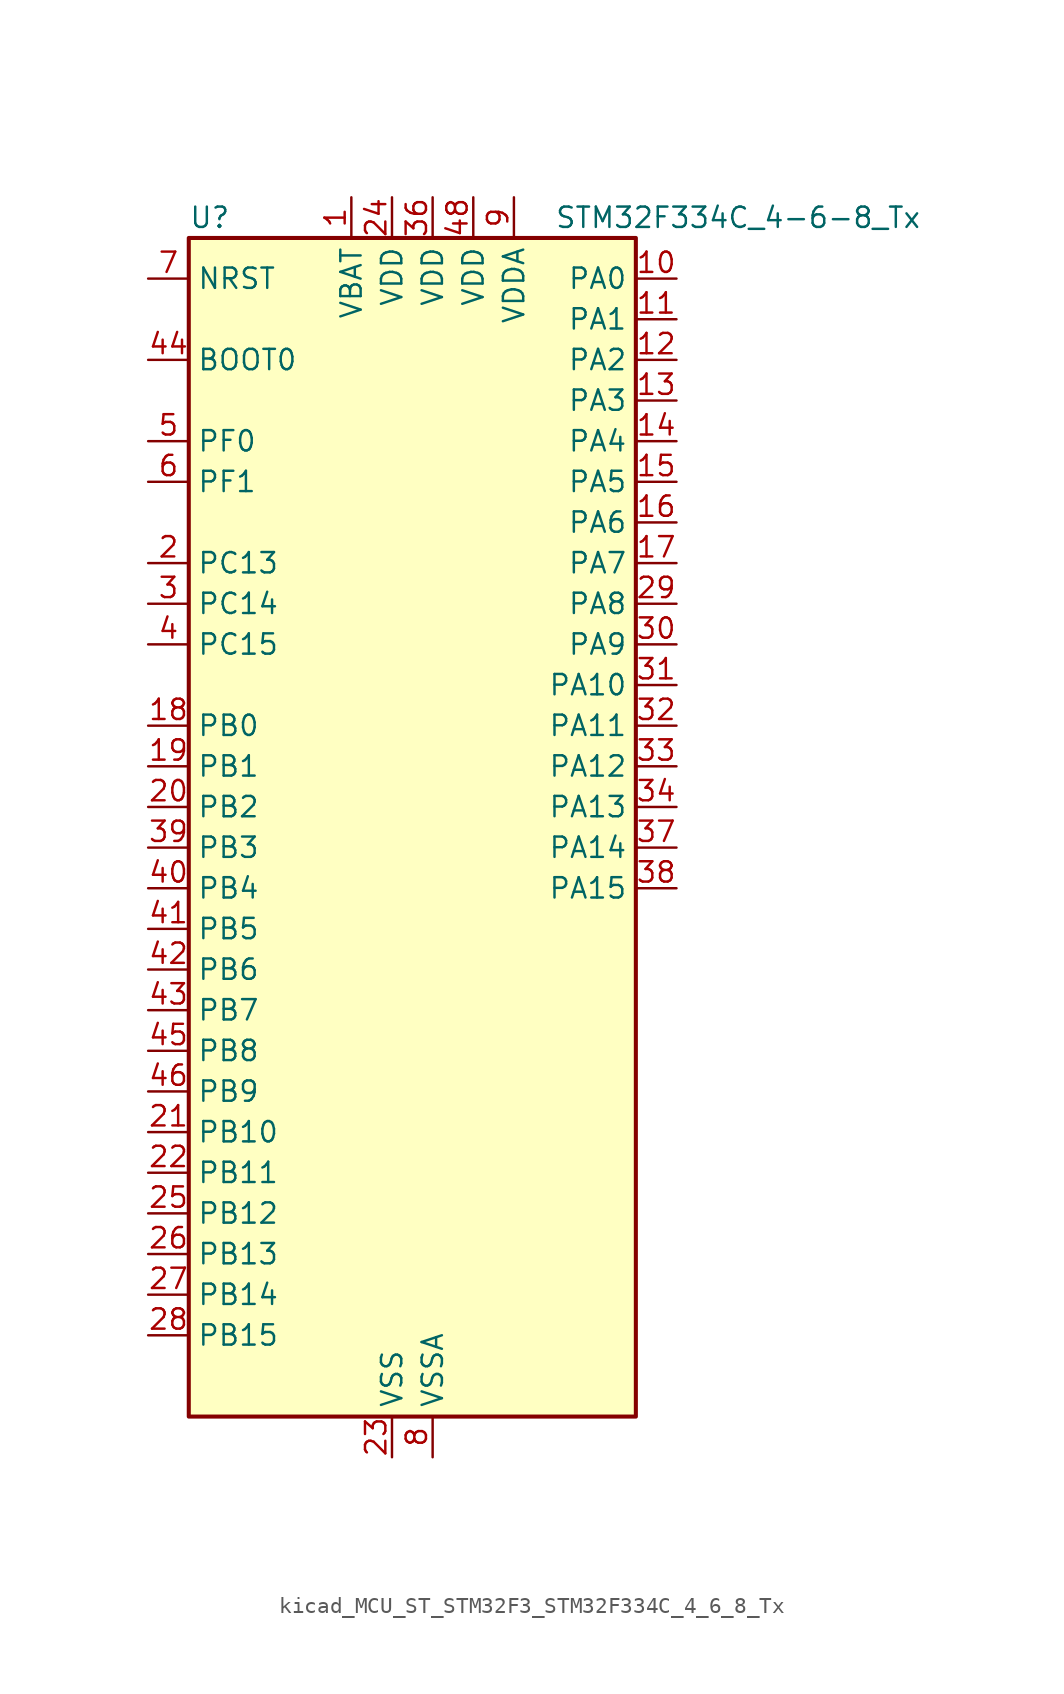
<source format=kicad_sym>
(kicad_symbol_lib
  (version 20220914)
  (generator kicad_symbol_editor)
  (symbol "kicad_MCU_ST_STM32F3_STM32F334C_4_6_8_Tx"
    (property "Reference" "U"
      (at -12.7 39.37 0)
      (effects (font (size 1.27 1.27)) (justify left)))
    (property "Value" "STM32F334C_4-6-8_Tx"
      (at 10.16 39.37 0)
      (effects (font (size 1.27 1.27)) (justify left)))
    (property "ki_locked" ""
      (at 0 0 0)
      (effects (font (size 1.27 1.27))))
    (symbol "kicad_MCU_ST_STM32F3_STM32F334C_4_6_8_Tx_0_1"
      (rectangle (start -12.7 -35.56) (end 15.24 38.1) (stroke (width 0.254) (type default)) (fill (type background))))
    (symbol "kicad_MCU_ST_STM32F3_STM32F334C_4_6_8_Tx_1_1"
      (pin power_in line (at -2.54 40.64 270) (length 2.54) (name "VBAT" (effects (font (size 1.27 1.27)))) (number "1" (effects (font (size 1.27 1.27)))))
      (pin bidirectional line (at 17.78 35.56 180) (length 2.54) (name "PA0" (effects (font (size 1.27 1.27)))) (number "10" (effects (font (size 1.27 1.27)))) (alternate "ADC1_IN1" bidirectional line) (alternate "RTC_TAMP2" bidirectional line) (alternate "SYS_WKUP1" bidirectional line) (alternate "TIM2_CH1" bidirectional line) (alternate "TIM2_ETR" bidirectional line) (alternate "TSC_G1_IO1" bidirectional line) (alternate "USART2_CTS" bidirectional line))
      (pin bidirectional line (at 17.78 33.02 180) (length 2.54) (name "PA1" (effects (font (size 1.27 1.27)))) (number "11" (effects (font (size 1.27 1.27)))) (alternate "ADC1_IN2" bidirectional line) (alternate "RTC_REFIN" bidirectional line) (alternate "TIM15_CH1N" bidirectional line) (alternate "TIM2_CH2" bidirectional line) (alternate "TSC_G1_IO2" bidirectional line) (alternate "USART2_DE" bidirectional line) (alternate "USART2_RTS" bidirectional line))
      (pin bidirectional line (at 17.78 30.48 180) (length 2.54) (name "PA2" (effects (font (size 1.27 1.27)))) (number "12" (effects (font (size 1.27 1.27)))) (alternate "ADC1_IN3" bidirectional line) (alternate "COMP2_INM" bidirectional line) (alternate "COMP2_OUT" bidirectional line) (alternate "TIM15_CH1" bidirectional line) (alternate "TIM2_CH3" bidirectional line) (alternate "TSC_G1_IO3" bidirectional line) (alternate "USART2_TX" bidirectional line))
      (pin bidirectional line (at 17.78 27.94 180) (length 2.54) (name "PA3" (effects (font (size 1.27 1.27)))) (number "13" (effects (font (size 1.27 1.27)))) (alternate "ADC1_IN4" bidirectional line) (alternate "TIM15_CH2" bidirectional line) (alternate "TIM2_CH4" bidirectional line) (alternate "TSC_G1_IO4" bidirectional line) (alternate "USART2_RX" bidirectional line))
      (pin bidirectional line (at 17.78 25.4 180) (length 2.54) (name "PA4" (effects (font (size 1.27 1.27)))) (number "14" (effects (font (size 1.27 1.27)))) (alternate "ADC2_IN1" bidirectional line) (alternate "COMP2_INM" bidirectional line) (alternate "COMP4_INM" bidirectional line) (alternate "COMP6_INM" bidirectional line) (alternate "DAC1_OUT1" bidirectional line) (alternate "SPI1_NSS" bidirectional line) (alternate "TIM3_CH2" bidirectional line) (alternate "TSC_G2_IO1" bidirectional line) (alternate "USART2_CK" bidirectional line))
      (pin bidirectional line (at 17.78 22.86 180) (length 2.54) (name "PA5" (effects (font (size 1.27 1.27)))) (number "15" (effects (font (size 1.27 1.27)))) (alternate "ADC2_IN2" bidirectional line) (alternate "DAC1_OUT2" bidirectional line) (alternate "OPAMP2_VINM" bidirectional line) (alternate "OPAMP2_VINM_SEC" bidirectional line) (alternate "SPI1_SCK" bidirectional line) (alternate "TIM2_CH1" bidirectional line) (alternate "TIM2_ETR" bidirectional line) (alternate "TSC_G2_IO2" bidirectional line))
      (pin bidirectional line (at 17.78 20.32 180) (length 2.54) (name "PA6" (effects (font (size 1.27 1.27)))) (number "16" (effects (font (size 1.27 1.27)))) (alternate "ADC2_IN3" bidirectional line) (alternate "DAC2_OUT1" bidirectional line) (alternate "OPAMP2_DIG" bidirectional line) (alternate "OPAMP2_VOUT" bidirectional line) (alternate "SPI1_MISO" bidirectional line) (alternate "TIM16_CH1" bidirectional line) (alternate "TIM1_BKIN" bidirectional line) (alternate "TIM3_CH1" bidirectional line) (alternate "TSC_G2_IO3" bidirectional line))
      (pin bidirectional line (at 17.78 17.78 180) (length 2.54) (name "PA7" (effects (font (size 1.27 1.27)))) (number "17" (effects (font (size 1.27 1.27)))) (alternate "ADC2_IN4" bidirectional line) (alternate "COMP2_INP" bidirectional line) (alternate "OPAMP2_VINP" bidirectional line) (alternate "OPAMP2_VINP_SEC" bidirectional line) (alternate "SPI1_MOSI" bidirectional line) (alternate "TIM17_CH1" bidirectional line) (alternate "TIM1_CH1N" bidirectional line) (alternate "TIM3_CH2" bidirectional line) (alternate "TSC_G2_IO4" bidirectional line))
      (pin bidirectional line (at -15.24 7.62 0) (length 2.54) (name "PB0" (effects (font (size 1.27 1.27)))) (number "18" (effects (font (size 1.27 1.27)))) (alternate "ADC1_IN11" bidirectional line) (alternate "COMP4_INP" bidirectional line) (alternate "OPAMP2_VINP" bidirectional line) (alternate "OPAMP2_VINP_SEC" bidirectional line) (alternate "TIM1_CH2N" bidirectional line) (alternate "TIM3_CH3" bidirectional line) (alternate "TSC_G3_IO2" bidirectional line))
      (pin bidirectional line (at -15.24 5.08 0) (length 2.54) (name "PB1" (effects (font (size 1.27 1.27)))) (number "19" (effects (font (size 1.27 1.27)))) (alternate "ADC1_IN12" bidirectional line) (alternate "COMP4_OUT" bidirectional line) (alternate "HRTIM1_SCOUT" bidirectional line) (alternate "TIM1_CH3N" bidirectional line) (alternate "TIM3_CH4" bidirectional line) (alternate "TSC_G3_IO3" bidirectional line))
      (pin bidirectional line (at -15.24 17.78 0) (length 2.54) (name "PC13" (effects (font (size 1.27 1.27)))) (number "2" (effects (font (size 1.27 1.27)))) (alternate "RTC_OUT_ALARM" bidirectional line) (alternate "RTC_OUT_CALIB" bidirectional line) (alternate "RTC_TAMP1" bidirectional line) (alternate "RTC_TS" bidirectional line) (alternate "SYS_WKUP2" bidirectional line) (alternate "TIM1_CH1N" bidirectional line))
      (pin bidirectional line (at -15.24 2.54 0) (length 2.54) (name "PB2" (effects (font (size 1.27 1.27)))) (number "20" (effects (font (size 1.27 1.27)))) (alternate "ADC2_IN12" bidirectional line) (alternate "COMP4_INM" bidirectional line) (alternate "HRTIM1_SCIN" bidirectional line) (alternate "TSC_G3_IO4" bidirectional line))
      (pin bidirectional line (at -15.24 -17.78 0) (length 2.54) (name "PB10" (effects (font (size 1.27 1.27)))) (number "21" (effects (font (size 1.27 1.27)))) (alternate "HRTIM1_FLT3" bidirectional line) (alternate "TIM2_CH3" bidirectional line) (alternate "TSC_SYNC" bidirectional line) (alternate "USART3_TX" bidirectional line))
      (pin bidirectional line (at -15.24 -20.32 0) (length 2.54) (name "PB11" (effects (font (size 1.27 1.27)))) (number "22" (effects (font (size 1.27 1.27)))) (alternate "ADC1_EXTI11" bidirectional line) (alternate "ADC2_EXTI11" bidirectional line) (alternate "COMP6_INP" bidirectional line) (alternate "HRTIM1_FLT4" bidirectional line) (alternate "TIM2_CH4" bidirectional line) (alternate "TSC_G6_IO1" bidirectional line) (alternate "USART3_RX" bidirectional line))
      (pin power_in line (at 0 -38.1 90) (length 2.54) (name "VSS" (effects (font (size 1.27 1.27)))) (number "23" (effects (font (size 1.27 1.27)))))
      (pin power_in line (at 0 40.64 270) (length 2.54) (name "VDD" (effects (font (size 1.27 1.27)))) (number "24" (effects (font (size 1.27 1.27)))))
      (pin bidirectional line (at -15.24 -22.86 0) (length 2.54) (name "PB12" (effects (font (size 1.27 1.27)))) (number "25" (effects (font (size 1.27 1.27)))) (alternate "ADC2_IN13" bidirectional line) (alternate "HRTIM1_CHC1" bidirectional line) (alternate "TIM1_BKIN" bidirectional line) (alternate "TSC_G6_IO2" bidirectional line) (alternate "USART3_CK" bidirectional line))
      (pin bidirectional line (at -15.24 -25.4 0) (length 2.54) (name "PB13" (effects (font (size 1.27 1.27)))) (number "26" (effects (font (size 1.27 1.27)))) (alternate "ADC1_IN13" bidirectional line) (alternate "HRTIM1_CHC2" bidirectional line) (alternate "TIM1_CH1N" bidirectional line) (alternate "TSC_G6_IO3" bidirectional line) (alternate "USART3_CTS" bidirectional line))
      (pin bidirectional line (at -15.24 -27.94 0) (length 2.54) (name "PB14" (effects (font (size 1.27 1.27)))) (number "27" (effects (font (size 1.27 1.27)))) (alternate "ADC2_IN14" bidirectional line) (alternate "HRTIM1_CHD1" bidirectional line) (alternate "OPAMP2_VINP" bidirectional line) (alternate "OPAMP2_VINP_SEC" bidirectional line) (alternate "TIM15_CH1" bidirectional line) (alternate "TIM1_CH2N" bidirectional line) (alternate "TSC_G6_IO4" bidirectional line) (alternate "USART3_DE" bidirectional line) (alternate "USART3_RTS" bidirectional line))
      (pin bidirectional line (at -15.24 -30.48 0) (length 2.54) (name "PB15" (effects (font (size 1.27 1.27)))) (number "28" (effects (font (size 1.27 1.27)))) (alternate "ADC1_EXTI15" bidirectional line) (alternate "ADC2_EXTI15" bidirectional line) (alternate "ADC2_IN15" bidirectional line) (alternate "COMP6_INM" bidirectional line) (alternate "HRTIM1_CHD2" bidirectional line) (alternate "RTC_REFIN" bidirectional line) (alternate "TIM15_CH1N" bidirectional line) (alternate "TIM15_CH2" bidirectional line) (alternate "TIM1_CH3N" bidirectional line))
      (pin bidirectional line (at 17.78 15.24 180) (length 2.54) (name "PA8" (effects (font (size 1.27 1.27)))) (number "29" (effects (font (size 1.27 1.27)))) (alternate "HRTIM1_CHA1" bidirectional line) (alternate "RCC_MCO" bidirectional line) (alternate "TIM1_CH1" bidirectional line) (alternate "USART1_CK" bidirectional line))
      (pin bidirectional line (at -15.24 15.24 0) (length 2.54) (name "PC14" (effects (font (size 1.27 1.27)))) (number "3" (effects (font (size 1.27 1.27)))) (alternate "RCC_OSC32_IN" bidirectional line))
      (pin bidirectional line (at 17.78 12.7 180) (length 2.54) (name "PA9" (effects (font (size 1.27 1.27)))) (number "30" (effects (font (size 1.27 1.27)))) (alternate "DAC1_EXTI9" bidirectional line) (alternate "DAC2_EXTI9" bidirectional line) (alternate "HRTIM1_CHA2" bidirectional line) (alternate "TIM15_BKIN" bidirectional line) (alternate "TIM1_CH2" bidirectional line) (alternate "TIM2_CH3" bidirectional line) (alternate "TSC_G4_IO1" bidirectional line) (alternate "USART1_TX" bidirectional line))
      (pin bidirectional line (at 17.78 10.16 180) (length 2.54) (name "PA10" (effects (font (size 1.27 1.27)))) (number "31" (effects (font (size 1.27 1.27)))) (alternate "COMP6_OUT" bidirectional line) (alternate "HRTIM1_CHB1" bidirectional line) (alternate "TIM17_BKIN" bidirectional line) (alternate "TIM1_CH3" bidirectional line) (alternate "TIM2_CH4" bidirectional line) (alternate "TSC_G4_IO2" bidirectional line) (alternate "USART1_RX" bidirectional line))
      (pin bidirectional line (at 17.78 7.62 180) (length 2.54) (name "PA11" (effects (font (size 1.27 1.27)))) (number "32" (effects (font (size 1.27 1.27)))) (alternate "ADC1_EXTI11" bidirectional line) (alternate "ADC2_EXTI11" bidirectional line) (alternate "CAN_RX" bidirectional line) (alternate "HRTIM1_CHB2" bidirectional line) (alternate "TIM1_BKIN2" bidirectional line) (alternate "TIM1_CH1N" bidirectional line) (alternate "TIM1_CH4" bidirectional line) (alternate "USART1_CTS" bidirectional line))
      (pin bidirectional line (at 17.78 5.08 180) (length 2.54) (name "PA12" (effects (font (size 1.27 1.27)))) (number "33" (effects (font (size 1.27 1.27)))) (alternate "CAN_TX" bidirectional line) (alternate "COMP2_OUT" bidirectional line) (alternate "HRTIM1_FLT1" bidirectional line) (alternate "TIM16_CH1" bidirectional line) (alternate "TIM1_CH2N" bidirectional line) (alternate "TIM1_ETR" bidirectional line) (alternate "USART1_DE" bidirectional line) (alternate "USART1_RTS" bidirectional line))
      (pin bidirectional line (at 17.78 2.54 180) (length 2.54) (name "PA13" (effects (font (size 1.27 1.27)))) (number "34" (effects (font (size 1.27 1.27)))) (alternate "IR_OUT" bidirectional line) (alternate "SYS_JTMS-SWDIO" bidirectional line) (alternate "TIM16_CH1N" bidirectional line) (alternate "TSC_G4_IO3" bidirectional line) (alternate "USART3_CTS" bidirectional line))
      (pin passive line (at 0 -38.1 90) (length 2.54) hide (name "VSS" (effects (font (size 1.27 1.27)))) (number "35" (effects (font (size 1.27 1.27)))))
      (pin power_in line (at 2.54 40.64 270) (length 2.54) (name "VDD" (effects (font (size 1.27 1.27)))) (number "36" (effects (font (size 1.27 1.27)))))
      (pin bidirectional line (at 17.78 0 180) (length 2.54) (name "PA14" (effects (font (size 1.27 1.27)))) (number "37" (effects (font (size 1.27 1.27)))) (alternate "I2C1_SDA" bidirectional line) (alternate "SYS_JTCK-SWCLK" bidirectional line) (alternate "TIM1_BKIN" bidirectional line) (alternate "TSC_G4_IO4" bidirectional line) (alternate "USART2_TX" bidirectional line))
      (pin bidirectional line (at 17.78 -2.54 180) (length 2.54) (name "PA15" (effects (font (size 1.27 1.27)))) (number "38" (effects (font (size 1.27 1.27)))) (alternate "ADC1_EXTI15" bidirectional line) (alternate "ADC2_EXTI15" bidirectional line) (alternate "HRTIM1_FLT2" bidirectional line) (alternate "I2C1_SCL" bidirectional line) (alternate "SPI1_NSS" bidirectional line) (alternate "SYS_JTDI" bidirectional line) (alternate "TIM1_BKIN" bidirectional line) (alternate "TIM2_CH1" bidirectional line) (alternate "TIM2_ETR" bidirectional line) (alternate "TSC_SYNC" bidirectional line) (alternate "USART2_RX" bidirectional line))
      (pin bidirectional line (at -15.24 0 0) (length 2.54) (name "PB3" (effects (font (size 1.27 1.27)))) (number "39" (effects (font (size 1.27 1.27)))) (alternate "HRTIM1_EEV9" bidirectional line) (alternate "HRTIM1_SCOUT" bidirectional line) (alternate "SPI1_SCK" bidirectional line) (alternate "SYS_JTDO-TRACESWO" bidirectional line) (alternate "TIM2_CH2" bidirectional line) (alternate "TIM3_ETR" bidirectional line) (alternate "TSC_G5_IO1" bidirectional line) (alternate "USART2_TX" bidirectional line))
      (pin bidirectional line (at -15.24 12.7 0) (length 2.54) (name "PC15" (effects (font (size 1.27 1.27)))) (number "4" (effects (font (size 1.27 1.27)))) (alternate "ADC1_EXTI15" bidirectional line) (alternate "ADC2_EXTI15" bidirectional line) (alternate "RCC_OSC32_OUT" bidirectional line))
      (pin bidirectional line (at -15.24 -2.54 0) (length 2.54) (name "PB4" (effects (font (size 1.27 1.27)))) (number "40" (effects (font (size 1.27 1.27)))) (alternate "HRTIM1_EEV7" bidirectional line) (alternate "SPI1_MISO" bidirectional line) (alternate "SYS_NJTRST" bidirectional line) (alternate "TIM16_CH1" bidirectional line) (alternate "TIM17_BKIN" bidirectional line) (alternate "TIM3_CH1" bidirectional line) (alternate "TSC_G5_IO2" bidirectional line) (alternate "USART2_RX" bidirectional line))
      (pin bidirectional line (at -15.24 -5.08 0) (length 2.54) (name "PB5" (effects (font (size 1.27 1.27)))) (number "41" (effects (font (size 1.27 1.27)))) (alternate "HRTIM1_EEV6" bidirectional line) (alternate "I2C1_SMBA" bidirectional line) (alternate "SPI1_MOSI" bidirectional line) (alternate "TIM16_BKIN" bidirectional line) (alternate "TIM17_CH1" bidirectional line) (alternate "TIM3_CH2" bidirectional line) (alternate "USART2_CK" bidirectional line))
      (pin bidirectional line (at -15.24 -7.62 0) (length 2.54) (name "PB6" (effects (font (size 1.27 1.27)))) (number "42" (effects (font (size 1.27 1.27)))) (alternate "HRTIM1_EEV4" bidirectional line) (alternate "HRTIM1_SCIN" bidirectional line) (alternate "I2C1_SCL" bidirectional line) (alternate "TIM16_CH1N" bidirectional line) (alternate "TSC_G5_IO3" bidirectional line) (alternate "USART1_TX" bidirectional line))
      (pin bidirectional line (at -15.24 -10.16 0) (length 2.54) (name "PB7" (effects (font (size 1.27 1.27)))) (number "43" (effects (font (size 1.27 1.27)))) (alternate "HRTIM1_EEV3" bidirectional line) (alternate "I2C1_SDA" bidirectional line) (alternate "TIM17_CH1N" bidirectional line) (alternate "TIM3_CH4" bidirectional line) (alternate "TSC_G5_IO4" bidirectional line) (alternate "USART1_RX" bidirectional line))
      (pin input line (at -15.24 30.48 0) (length 2.54) (name "BOOT0" (effects (font (size 1.27 1.27)))) (number "44" (effects (font (size 1.27 1.27)))))
      (pin bidirectional line (at -15.24 -12.7 0) (length 2.54) (name "PB8" (effects (font (size 1.27 1.27)))) (number "45" (effects (font (size 1.27 1.27)))) (alternate "CAN_RX" bidirectional line) (alternate "HRTIM1_EEV8" bidirectional line) (alternate "I2C1_SCL" bidirectional line) (alternate "TIM16_CH1" bidirectional line) (alternate "TIM1_BKIN" bidirectional line) (alternate "TSC_SYNC" bidirectional line) (alternate "USART3_RX" bidirectional line))
      (pin bidirectional line (at -15.24 -15.24 0) (length 2.54) (name "PB9" (effects (font (size 1.27 1.27)))) (number "46" (effects (font (size 1.27 1.27)))) (alternate "CAN_TX" bidirectional line) (alternate "COMP2_OUT" bidirectional line) (alternate "DAC1_EXTI9" bidirectional line) (alternate "DAC2_EXTI9" bidirectional line) (alternate "HRTIM1_EEV5" bidirectional line) (alternate "I2C1_SDA" bidirectional line) (alternate "IR_OUT" bidirectional line) (alternate "TIM17_CH1" bidirectional line) (alternate "USART3_TX" bidirectional line))
      (pin passive line (at 0 -38.1 90) (length 2.54) hide (name "VSS" (effects (font (size 1.27 1.27)))) (number "47" (effects (font (size 1.27 1.27)))))
      (pin power_in line (at 5.08 40.64 270) (length 2.54) (name "VDD" (effects (font (size 1.27 1.27)))) (number "48" (effects (font (size 1.27 1.27)))))
      (pin bidirectional line (at -15.24 25.4 0) (length 2.54) (name "PF0" (effects (font (size 1.27 1.27)))) (number "5" (effects (font (size 1.27 1.27)))) (alternate "RCC_OSC_IN" bidirectional line) (alternate "TIM1_CH3N" bidirectional line))
      (pin bidirectional line (at -15.24 22.86 0) (length 2.54) (name "PF1" (effects (font (size 1.27 1.27)))) (number "6" (effects (font (size 1.27 1.27)))) (alternate "RCC_OSC_OUT" bidirectional line))
      (pin input line (at -15.24 35.56 0) (length 2.54) (name "NRST" (effects (font (size 1.27 1.27)))) (number "7" (effects (font (size 1.27 1.27)))))
      (pin power_in line (at 2.54 -38.1 90) (length 2.54) (name "VSSA" (effects (font (size 1.27 1.27)))) (number "8" (effects (font (size 1.27 1.27)))))
      (pin power_in line (at 7.62 40.64 270) (length 2.54) (name "VDDA" (effects (font (size 1.27 1.27)))) (number "9" (effects (font (size 1.27 1.27))))))))
</source>
